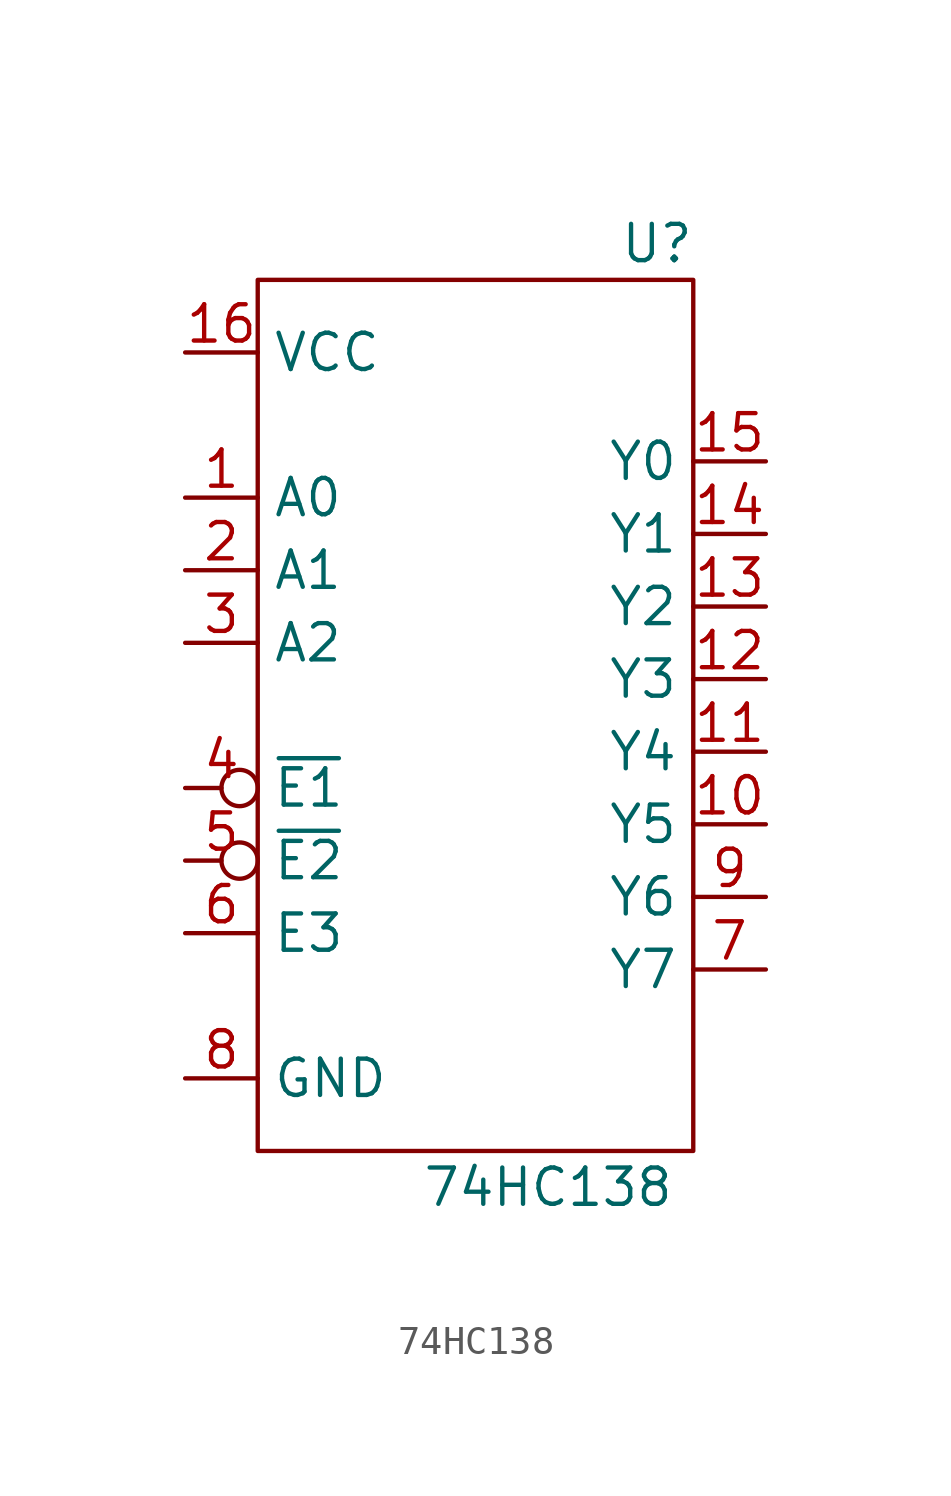
<source format=kicad_sym>
(kicad_symbol_lib
  (version 20211014)
  (generator kicad_symbol_editor)
  (symbol "74HC138"
    (property "Reference" "U"
      (at 6.35 16.51 0)
      (effects (font (size 1.27 1.27))))
    (property "Value" "74HC138"
      (at 2.54 -16.51 0)
      (effects (font (size 1.27 1.27))))
    (symbol "74HC138_0_1"
      (rectangle (start -7.62 15.24) (end 7.62 -15.24) (stroke (width 0) (type default) (color 0 0 0 0)) (fill (type none))))
    (symbol "74HC138_1_1"
      (pin input line (at -10.16 7.62 0) (length 2.54) (name "A0" (effects (font (size 1.27 1.27)))) (number "1" (effects (font (size 1.27 1.27)))))
      (pin output line (at 10.16 -3.81 180) (length 2.54) (name "Y5" (effects (font (size 1.27 1.27)))) (number "10" (effects (font (size 1.27 1.27)))))
      (pin output line (at 10.16 -1.27 180) (length 2.54) (name "Y4" (effects (font (size 1.27 1.27)))) (number "11" (effects (font (size 1.27 1.27)))))
      (pin output line (at 10.16 1.27 180) (length 2.54) (name "Y3" (effects (font (size 1.27 1.27)))) (number "12" (effects (font (size 1.27 1.27)))))
      (pin output line (at 10.16 3.81 180) (length 2.54) (name "Y2" (effects (font (size 1.27 1.27)))) (number "13" (effects (font (size 1.27 1.27)))))
      (pin output line (at 10.16 6.35 180) (length 2.54) (name "Y1" (effects (font (size 1.27 1.27)))) (number "14" (effects (font (size 1.27 1.27)))))
      (pin output line (at 10.16 8.89 180) (length 2.54) (name "Y0" (effects (font (size 1.27 1.27)))) (number "15" (effects (font (size 1.27 1.27)))))
      (pin power_in line (at -10.16 12.7 0) (length 2.54) (name "VCC" (effects (font (size 1.27 1.27)))) (number "16" (effects (font (size 1.27 1.27)))))
      (pin input line (at -10.16 5.08 0) (length 2.54) (name "A1" (effects (font (size 1.27 1.27)))) (number "2" (effects (font (size 1.27 1.27)))))
      (pin input line (at -10.16 2.54 0) (length 2.54) (name "A2" (effects (font (size 1.27 1.27)))) (number "3" (effects (font (size 1.27 1.27)))))
      (pin input inverted (at -10.16 -2.54 0) (length 2.54) (name "~{E1}" (effects (font (size 1.27 1.27)))) (number "4" (effects (font (size 1.27 1.27)))))
      (pin input inverted (at -10.16 -5.08 0) (length 2.54) (name "~{E2}" (effects (font (size 1.27 1.27)))) (number "5" (effects (font (size 1.27 1.27)))))
      (pin input line (at -10.16 -7.62 0) (length 2.54) (name "E3" (effects (font (size 1.27 1.27)))) (number "6" (effects (font (size 1.27 1.27)))))
      (pin output line (at 10.16 -8.89 180) (length 2.54) (name "Y7" (effects (font (size 1.27 1.27)))) (number "7" (effects (font (size 1.27 1.27)))))
      (pin power_in line (at -10.16 -12.7 0) (length 2.54) (name "GND" (effects (font (size 1.27 1.27)))) (number "8" (effects (font (size 1.27 1.27)))))
      (pin output line (at 10.16 -6.35 180) (length 2.54) (name "Y6" (effects (font (size 1.27 1.27)))) (number "9" (effects (font (size 1.27 1.27))))))))
</source>
